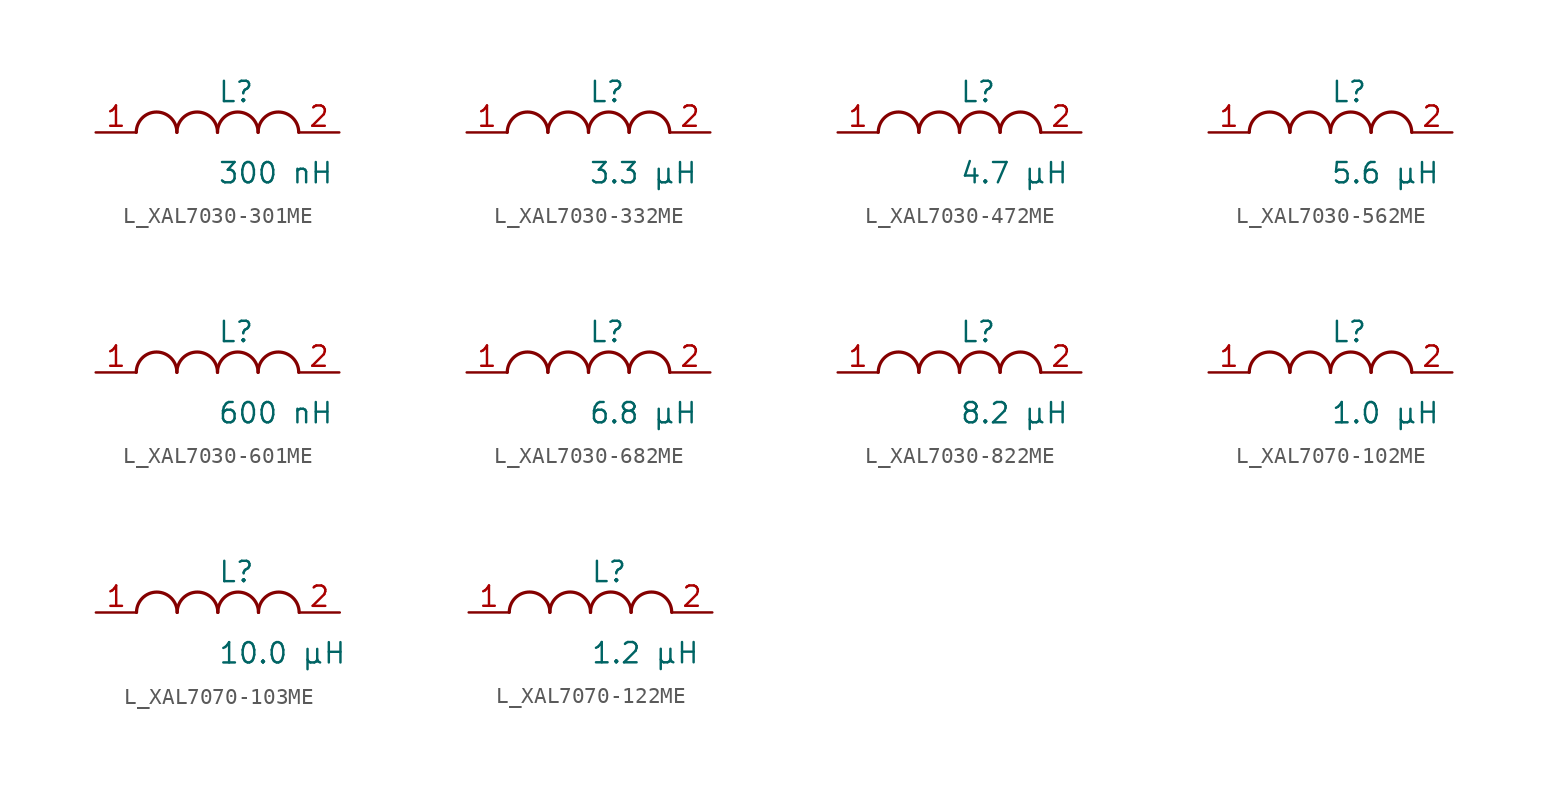
<source format=kicad_sym>
(kicad_symbol_lib
  (version 20231120)
  (generator kicad_symbol_editor)
  (generator_version 8.0)
  (symbol "L_XAL7030-301ME"
    (pin_names
      (offset 0.254))
    (property "Reference" "L"
      (at 0.0 2.54 0)
      (effects (font (size 1.27 1.27)) (justify left)))
    (property "Value" "300 nH"
      (at 0.0 -2.54 0)
      (effects (font (size 1.27 1.27)) (justify left)))
    (symbol "L_XAL7030-301ME_1_1"
      (arc (start -2.54 0.0056) (mid -3.81 1.27) (end -5.08 0.0056) (stroke (width 0.2032) (type default)) (fill (type none)))
      (arc (start 0 0.0056) (mid -1.27 1.27) (end -2.54 0.0056) (stroke (width 0.2032) (type default)) (fill (type none)))
      (arc (start 2.54 0.0056) (mid 1.27 1.27) (end 0 0.0056) (stroke (width 0.2032) (type default)) (fill (type none)))
      (arc (start 5.08 0.0056) (mid 3.81 1.27) (end 2.54 0.0056) (stroke (width 0.2032) (type default)) (fill (type none)))
      (pin unspecified line (at -7.62 0 0) (length 2.54) (name "" (effects (font (size 1.27 1.27)))) (number "1" (effects (font (size 1.27 1.27)))))
      (pin unspecified line (at 7.62 0 180) (length 2.54) (name "" (effects (font (size 1.27 1.27)))) (number "2" (effects (font (size 1.27 1.27)))))))
  (symbol "L_XAL7030-332ME"
    (pin_names
      (offset 0.254))
    (property "Reference" "L"
      (at 0.0 2.54 0)
      (effects (font (size 1.27 1.27)) (justify left)))
    (property "Value" "3.3 µH"
      (at 0.0 -2.54 0)
      (effects (font (size 1.27 1.27)) (justify left)))
    (symbol "L_XAL7030-332ME_1_1"
      (arc (start -2.54 0.0056) (mid -3.81 1.27) (end -5.08 0.0056) (stroke (width 0.2032) (type default)) (fill (type none)))
      (arc (start 0 0.0056) (mid -1.27 1.27) (end -2.54 0.0056) (stroke (width 0.2032) (type default)) (fill (type none)))
      (arc (start 2.54 0.0056) (mid 1.27 1.27) (end 0 0.0056) (stroke (width 0.2032) (type default)) (fill (type none)))
      (arc (start 5.08 0.0056) (mid 3.81 1.27) (end 2.54 0.0056) (stroke (width 0.2032) (type default)) (fill (type none)))
      (pin unspecified line (at -7.62 0 0) (length 2.54) (name "" (effects (font (size 1.27 1.27)))) (number "1" (effects (font (size 1.27 1.27)))))
      (pin unspecified line (at 7.62 0 180) (length 2.54) (name "" (effects (font (size 1.27 1.27)))) (number "2" (effects (font (size 1.27 1.27)))))))
  (symbol "L_XAL7030-472ME"
    (pin_names
      (offset 0.254))
    (property "Reference" "L"
      (at 0.0 2.54 0)
      (effects (font (size 1.27 1.27)) (justify left)))
    (property "Value" "4.7 µH"
      (at 0.0 -2.54 0)
      (effects (font (size 1.27 1.27)) (justify left)))
    (symbol "L_XAL7030-472ME_1_1"
      (arc (start -2.54 0.0056) (mid -3.81 1.27) (end -5.08 0.0056) (stroke (width 0.2032) (type default)) (fill (type none)))
      (arc (start 0 0.0056) (mid -1.27 1.27) (end -2.54 0.0056) (stroke (width 0.2032) (type default)) (fill (type none)))
      (arc (start 2.54 0.0056) (mid 1.27 1.27) (end 0 0.0056) (stroke (width 0.2032) (type default)) (fill (type none)))
      (arc (start 5.08 0.0056) (mid 3.81 1.27) (end 2.54 0.0056) (stroke (width 0.2032) (type default)) (fill (type none)))
      (pin unspecified line (at -7.62 0 0) (length 2.54) (name "" (effects (font (size 1.27 1.27)))) (number "1" (effects (font (size 1.27 1.27)))))
      (pin unspecified line (at 7.62 0 180) (length 2.54) (name "" (effects (font (size 1.27 1.27)))) (number "2" (effects (font (size 1.27 1.27)))))))
  (symbol "L_XAL7030-562ME"
    (pin_names
      (offset 0.254))
    (property "Reference" "L"
      (at 0.0 2.54 0)
      (effects (font (size 1.27 1.27)) (justify left)))
    (property "Value" "5.6 µH"
      (at 0.0 -2.54 0)
      (effects (font (size 1.27 1.27)) (justify left)))
    (symbol "L_XAL7030-562ME_1_1"
      (arc (start -2.54 0.0056) (mid -3.81 1.27) (end -5.08 0.0056) (stroke (width 0.2032) (type default)) (fill (type none)))
      (arc (start 0 0.0056) (mid -1.27 1.27) (end -2.54 0.0056) (stroke (width 0.2032) (type default)) (fill (type none)))
      (arc (start 2.54 0.0056) (mid 1.27 1.27) (end 0 0.0056) (stroke (width 0.2032) (type default)) (fill (type none)))
      (arc (start 5.08 0.0056) (mid 3.81 1.27) (end 2.54 0.0056) (stroke (width 0.2032) (type default)) (fill (type none)))
      (pin unspecified line (at -7.62 0 0) (length 2.54) (name "" (effects (font (size 1.27 1.27)))) (number "1" (effects (font (size 1.27 1.27)))))
      (pin unspecified line (at 7.62 0 180) (length 2.54) (name "" (effects (font (size 1.27 1.27)))) (number "2" (effects (font (size 1.27 1.27)))))))
  (symbol "L_XAL7030-601ME"
    (pin_names
      (offset 0.254))
    (property "Reference" "L"
      (at 0.0 2.54 0)
      (effects (font (size 1.27 1.27)) (justify left)))
    (property "Value" "600 nH"
      (at 0.0 -2.54 0)
      (effects (font (size 1.27 1.27)) (justify left)))
    (symbol "L_XAL7030-601ME_1_1"
      (arc (start -2.54 0.0056) (mid -3.81 1.27) (end -5.08 0.0056) (stroke (width 0.2032) (type default)) (fill (type none)))
      (arc (start 0 0.0056) (mid -1.27 1.27) (end -2.54 0.0056) (stroke (width 0.2032) (type default)) (fill (type none)))
      (arc (start 2.54 0.0056) (mid 1.27 1.27) (end 0 0.0056) (stroke (width 0.2032) (type default)) (fill (type none)))
      (arc (start 5.08 0.0056) (mid 3.81 1.27) (end 2.54 0.0056) (stroke (width 0.2032) (type default)) (fill (type none)))
      (pin unspecified line (at -7.62 0 0) (length 2.54) (name "" (effects (font (size 1.27 1.27)))) (number "1" (effects (font (size 1.27 1.27)))))
      (pin unspecified line (at 7.62 0 180) (length 2.54) (name "" (effects (font (size 1.27 1.27)))) (number "2" (effects (font (size 1.27 1.27)))))))
  (symbol "L_XAL7030-682ME"
    (pin_names
      (offset 0.254))
    (property "Reference" "L"
      (at 0.0 2.54 0)
      (effects (font (size 1.27 1.27)) (justify left)))
    (property "Value" "6.8 µH"
      (at 0.0 -2.54 0)
      (effects (font (size 1.27 1.27)) (justify left)))
    (symbol "L_XAL7030-682ME_1_1"
      (arc (start -2.54 0.0056) (mid -3.81 1.27) (end -5.08 0.0056) (stroke (width 0.2032) (type default)) (fill (type none)))
      (arc (start 0 0.0056) (mid -1.27 1.27) (end -2.54 0.0056) (stroke (width 0.2032) (type default)) (fill (type none)))
      (arc (start 2.54 0.0056) (mid 1.27 1.27) (end 0 0.0056) (stroke (width 0.2032) (type default)) (fill (type none)))
      (arc (start 5.08 0.0056) (mid 3.81 1.27) (end 2.54 0.0056) (stroke (width 0.2032) (type default)) (fill (type none)))
      (pin unspecified line (at -7.62 0 0) (length 2.54) (name "" (effects (font (size 1.27 1.27)))) (number "1" (effects (font (size 1.27 1.27)))))
      (pin unspecified line (at 7.62 0 180) (length 2.54) (name "" (effects (font (size 1.27 1.27)))) (number "2" (effects (font (size 1.27 1.27)))))))
  (symbol "L_XAL7030-822ME"
    (pin_names
      (offset 0.254))
    (property "Reference" "L"
      (at 0.0 2.54 0)
      (effects (font (size 1.27 1.27)) (justify left)))
    (property "Value" "8.2 µH"
      (at 0.0 -2.54 0)
      (effects (font (size 1.27 1.27)) (justify left)))
    (symbol "L_XAL7030-822ME_1_1"
      (arc (start -2.54 0.0056) (mid -3.81 1.27) (end -5.08 0.0056) (stroke (width 0.2032) (type default)) (fill (type none)))
      (arc (start 0 0.0056) (mid -1.27 1.27) (end -2.54 0.0056) (stroke (width 0.2032) (type default)) (fill (type none)))
      (arc (start 2.54 0.0056) (mid 1.27 1.27) (end 0 0.0056) (stroke (width 0.2032) (type default)) (fill (type none)))
      (arc (start 5.08 0.0056) (mid 3.81 1.27) (end 2.54 0.0056) (stroke (width 0.2032) (type default)) (fill (type none)))
      (pin unspecified line (at -7.62 0 0) (length 2.54) (name "" (effects (font (size 1.27 1.27)))) (number "1" (effects (font (size 1.27 1.27)))))
      (pin unspecified line (at 7.62 0 180) (length 2.54) (name "" (effects (font (size 1.27 1.27)))) (number "2" (effects (font (size 1.27 1.27)))))))
  (symbol "L_XAL7070-102ME"
    (pin_names
      (offset 0.254))
    (property "Reference" "L"
      (at 0.0 2.54 0)
      (effects (font (size 1.27 1.27)) (justify left)))
    (property "Value" "1.0 µH"
      (at 0.0 -2.54 0)
      (effects (font (size 1.27 1.27)) (justify left)))
    (symbol "L_XAL7070-102ME_1_1"
      (arc (start -2.54 0.0056) (mid -3.81 1.27) (end -5.08 0.0056) (stroke (width 0.2032) (type default)) (fill (type none)))
      (arc (start 0 0.0056) (mid -1.27 1.27) (end -2.54 0.0056) (stroke (width 0.2032) (type default)) (fill (type none)))
      (arc (start 2.54 0.0056) (mid 1.27 1.27) (end 0 0.0056) (stroke (width 0.2032) (type default)) (fill (type none)))
      (arc (start 5.08 0.0056) (mid 3.81 1.27) (end 2.54 0.0056) (stroke (width 0.2032) (type default)) (fill (type none)))
      (pin unspecified line (at -7.62 0 0) (length 2.54) (name "" (effects (font (size 1.27 1.27)))) (number "1" (effects (font (size 1.27 1.27)))))
      (pin unspecified line (at 7.62 0 180) (length 2.54) (name "" (effects (font (size 1.27 1.27)))) (number "2" (effects (font (size 1.27 1.27)))))))
  (symbol "L_XAL7070-103ME"
    (pin_names
      (offset 0.254))
    (property "Reference" "L"
      (at 0.0 2.54 0)
      (effects (font (size 1.27 1.27)) (justify left)))
    (property "Value" "10.0 µH"
      (at 0.0 -2.54 0)
      (effects (font (size 1.27 1.27)) (justify left)))
    (symbol "L_XAL7070-103ME_1_1"
      (arc (start -2.54 0.0056) (mid -3.81 1.27) (end -5.08 0.0056) (stroke (width 0.2032) (type default)) (fill (type none)))
      (arc (start 0 0.0056) (mid -1.27 1.27) (end -2.54 0.0056) (stroke (width 0.2032) (type default)) (fill (type none)))
      (arc (start 2.54 0.0056) (mid 1.27 1.27) (end 0 0.0056) (stroke (width 0.2032) (type default)) (fill (type none)))
      (arc (start 5.08 0.0056) (mid 3.81 1.27) (end 2.54 0.0056) (stroke (width 0.2032) (type default)) (fill (type none)))
      (pin unspecified line (at -7.62 0 0) (length 2.54) (name "" (effects (font (size 1.27 1.27)))) (number "1" (effects (font (size 1.27 1.27)))))
      (pin unspecified line (at 7.62 0 180) (length 2.54) (name "" (effects (font (size 1.27 1.27)))) (number "2" (effects (font (size 1.27 1.27)))))))
  (symbol "L_XAL7070-122ME"
    (pin_names
      (offset 0.254))
    (property "Reference" "L"
      (at 0.0 2.54 0)
      (effects (font (size 1.27 1.27)) (justify left)))
    (property "Value" "1.2 µH"
      (at 0.0 -2.54 0)
      (effects (font (size 1.27 1.27)) (justify left)))
    (symbol "L_XAL7070-122ME_1_1"
      (arc (start -2.54 0.0056) (mid -3.81 1.27) (end -5.08 0.0056) (stroke (width 0.2032) (type default)) (fill (type none)))
      (arc (start 0 0.0056) (mid -1.27 1.27) (end -2.54 0.0056) (stroke (width 0.2032) (type default)) (fill (type none)))
      (arc (start 2.54 0.0056) (mid 1.27 1.27) (end 0 0.0056) (stroke (width 0.2032) (type default)) (fill (type none)))
      (arc (start 5.08 0.0056) (mid 3.81 1.27) (end 2.54 0.0056) (stroke (width 0.2032) (type default)) (fill (type none)))
      (pin unspecified line (at -7.62 0 0) (length 2.54) (name "" (effects (font (size 1.27 1.27)))) (number "1" (effects (font (size 1.27 1.27)))))
      (pin unspecified line (at 7.62 0 180) (length 2.54) (name "" (effects (font (size 1.27 1.27)))) (number "2" (effects (font (size 1.27 1.27))))))))
</source>
